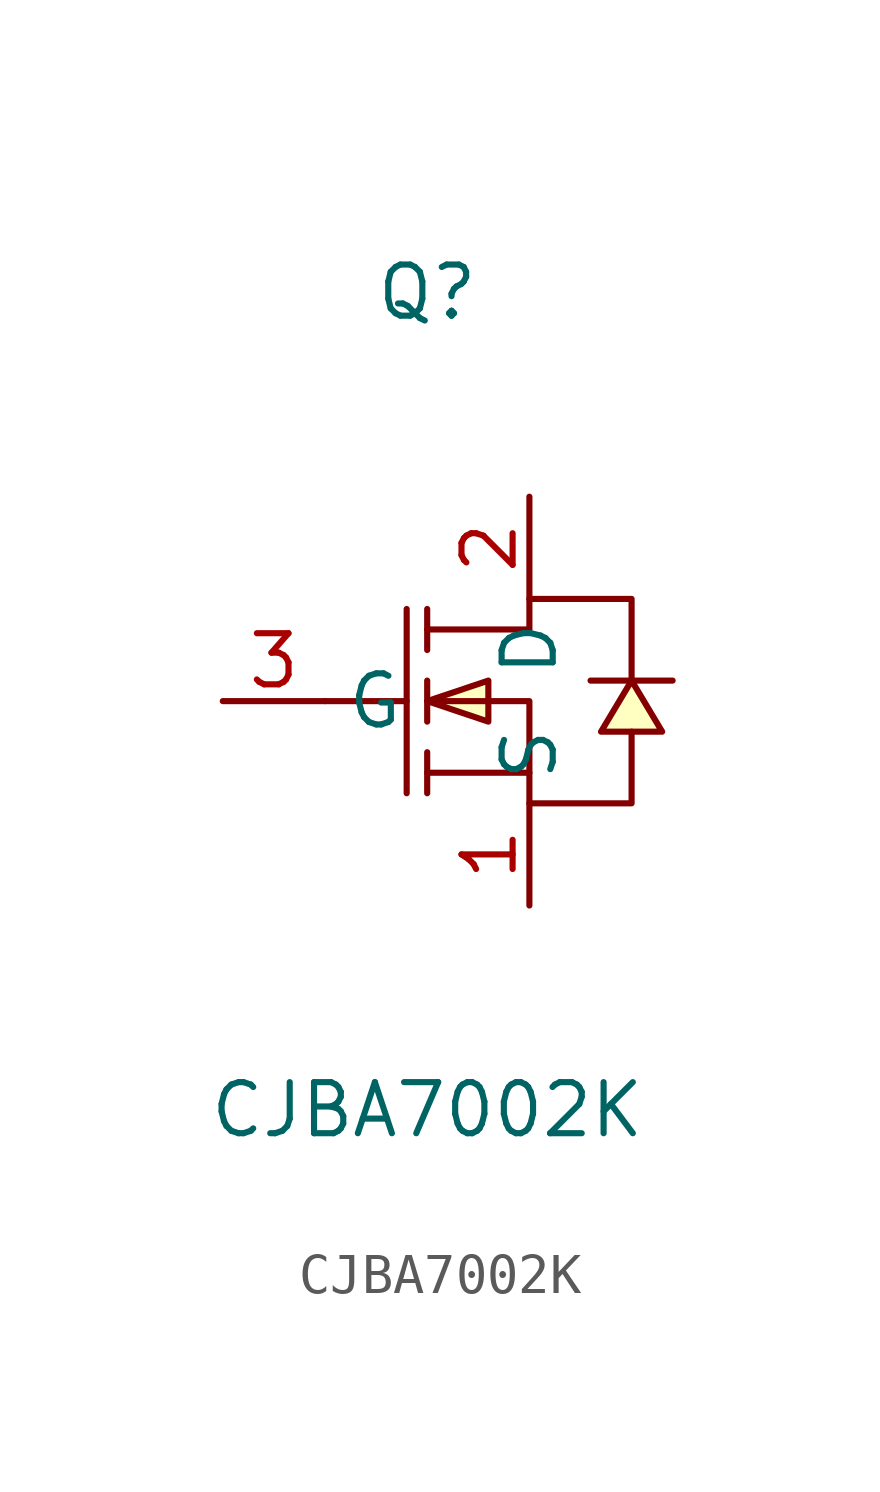
<source format=kicad_sym>
(kicad_symbol_lib
  (version 20211014)
  (generator https://github.com/uPesy/easyeda2kicad.py)
  (symbol "CJBA7002K"
    (property "Reference" "Q"
      (at 0 10.16 0)
      (effects (font (size 1.27 1.27))))
    (property "Value" "CJBA7002K"
      (at 0 -10.16 0)
      (effects (font (size 1.27 1.27))))
    (symbol "CJBA7002K_0_1"
      (polyline (pts (xy 6.10 0.51) (xy 5.59 0.51) (xy 4.57 0.51) (xy 4.06 0.51)) (stroke (width 0) (type default) (color 0 0 0 0)) (fill (type none)))
      (polyline (pts (xy -2.54 -0.00) (xy -0.51 -0.00)) (stroke (width 0) (type default) (color 0 0 0 0)) (fill (type none)))
      (polyline (pts (xy 0.00 -2.29) (xy 0.00 -1.27)) (stroke (width 0) (type default) (color 0 0 0 0)) (fill (type none)))
      (polyline (pts (xy 0.00 -0.51) (xy 0.00 0.51)) (stroke (width 0) (type default) (color 0 0 0 0)) (fill (type none)))
      (polyline (pts (xy 0.00 2.29) (xy 0.00 1.27)) (stroke (width 0) (type default) (color 0 0 0 0)) (fill (type none)))
      (polyline (pts (xy -0.51 2.29) (xy -0.51 -2.29)) (stroke (width 0) (type default) (color 0 0 0 0)) (fill (type none)))
      (polyline (pts (xy 2.54 -1.78) (xy 0.00 -1.78)) (stroke (width 0) (type default) (color 0 0 0 0)) (fill (type none)))
      (polyline (pts (xy 0.00 -0.00) (xy 2.54 -0.00) (xy 2.54 -2.54) (xy 5.08 -2.54) (xy 5.08 -0.76)) (stroke (width 0) (type default) (color 0 0 0 0)) (fill (type none)))
      (polyline (pts (xy 0.00 1.78) (xy 2.54 1.78) (xy 2.54 2.54) (xy 5.08 2.54) (xy 5.08 0.51)) (stroke (width 0) (type default) (color 0 0 0 0)) (fill (type none)))
      (polyline (pts (xy 5.08 0.51) (xy 4.32 -0.76) (xy 5.84 -0.76) (xy 5.08 0.51)) (stroke (width 0) (type default) (color 0 0 0 0)) (fill (type background)))
      (polyline (pts (xy 0.00 -0.00) (xy 1.52 -0.51) (xy 1.52 0.51) (xy 0.00 -0.00)) (stroke (width 0) (type default) (color 0 0 0 0)) (fill (type background)))
      (pin unspecified line (at 2.54 -5.08 90) (length 2.54) (name "S" (effects (font (size 1.27 1.27)))) (number "1" (effects (font (size 1.27 1.27)))))
      (pin unspecified line (at -5.08 -0.00 0) (length 2.54) (name "G" (effects (font (size 1.27 1.27)))) (number "3" (effects (font (size 1.27 1.27)))))
      (pin unspecified line (at 2.54 5.08 270) (length 2.54) (name "D" (effects (font (size 1.27 1.27)))) (number "2" (effects (font (size 1.27 1.27))))))))
</source>
